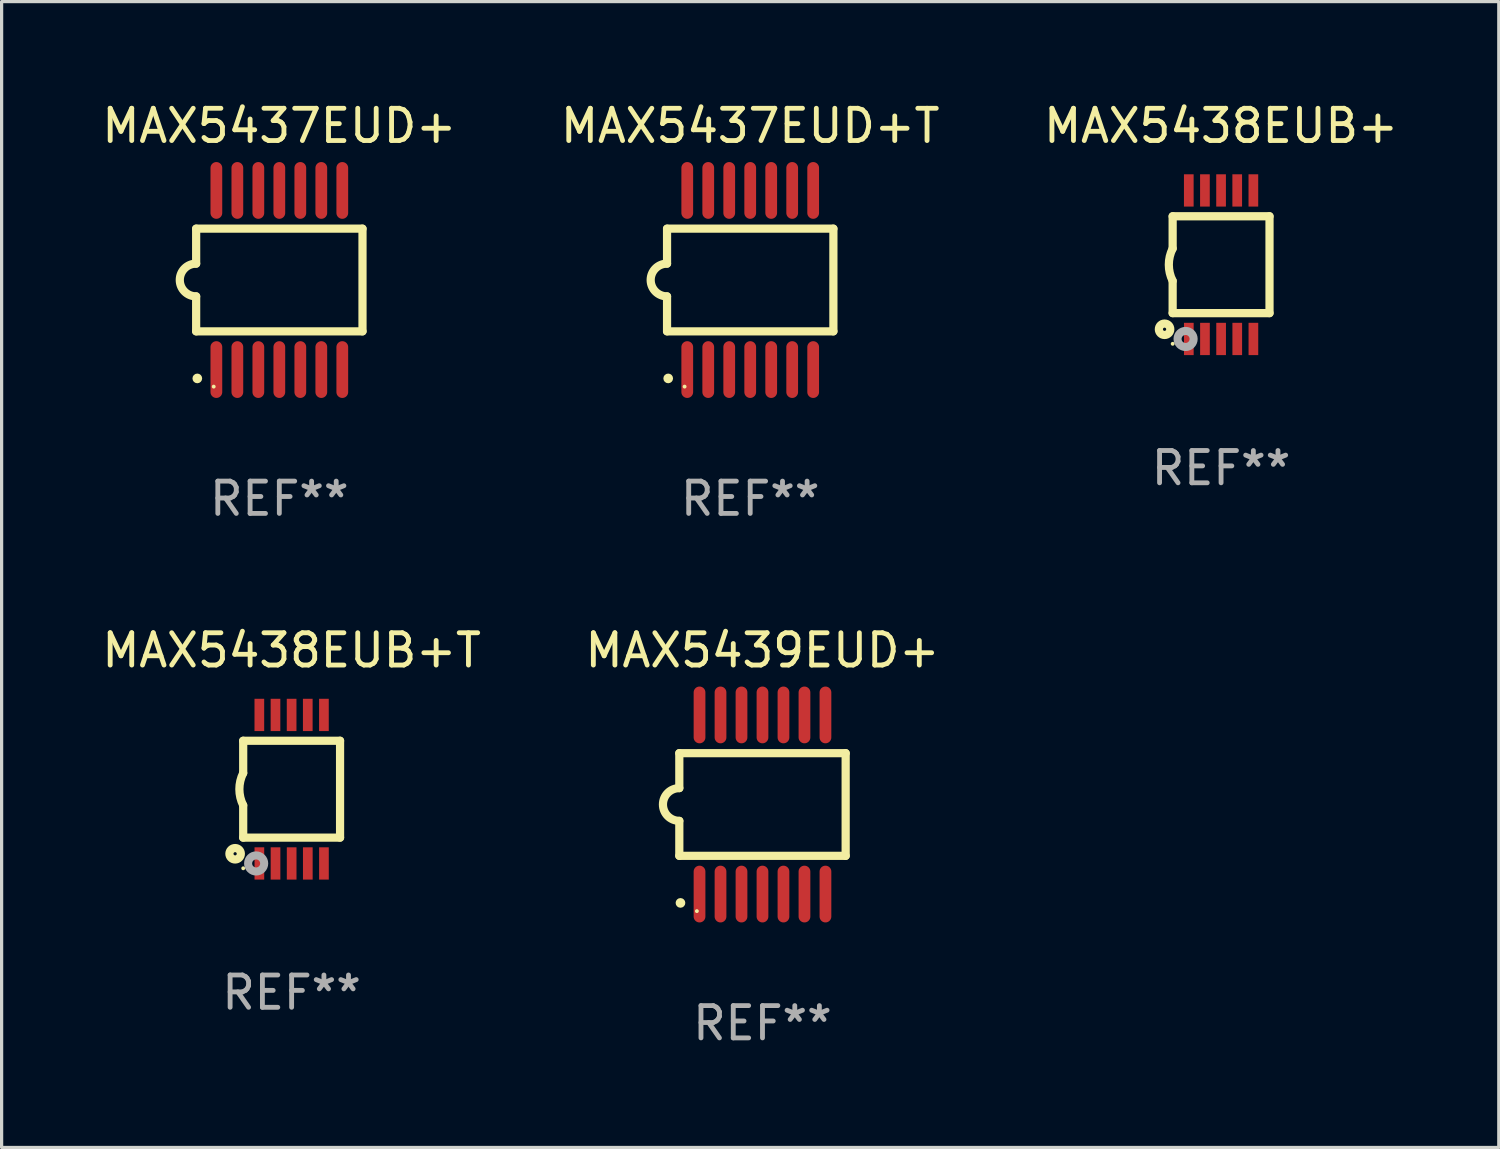
<source format=kicad_pcb>
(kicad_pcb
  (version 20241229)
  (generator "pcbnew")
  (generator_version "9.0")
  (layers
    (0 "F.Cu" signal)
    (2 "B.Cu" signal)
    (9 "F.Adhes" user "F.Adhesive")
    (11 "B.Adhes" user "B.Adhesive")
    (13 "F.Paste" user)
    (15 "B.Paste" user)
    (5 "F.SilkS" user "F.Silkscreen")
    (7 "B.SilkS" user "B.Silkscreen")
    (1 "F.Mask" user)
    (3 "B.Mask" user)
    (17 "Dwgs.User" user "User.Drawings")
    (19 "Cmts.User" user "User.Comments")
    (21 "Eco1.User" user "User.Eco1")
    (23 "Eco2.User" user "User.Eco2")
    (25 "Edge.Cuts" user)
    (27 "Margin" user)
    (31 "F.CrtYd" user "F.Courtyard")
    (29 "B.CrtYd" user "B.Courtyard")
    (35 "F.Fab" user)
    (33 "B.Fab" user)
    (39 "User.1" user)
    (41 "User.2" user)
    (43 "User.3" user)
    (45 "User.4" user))
  (footprint "MAX5438EUB+T"
    (layer "F.Cu")
    (at 5.982 21.392)
    (property "Reference" "MAX5438EUB+T" (at 0 -4.3 0) (layer "F.SilkS") (effects (font (size 1 1) (thickness 0.15))))
    (attr through_hole)
    (fp_line (start -1.5 -1.5) (end -1.5 -0.5) (stroke (width 0.254) (type solid)) (layer "F.SilkS"))
    (fp_line (start -1.5 1.5) (end -1.5 0.5) (stroke (width 0.254) (type solid)) (layer "F.SilkS"))
    (fp_line (start -1.5 1.5) (end 1.5 1.5) (stroke (width 0.254) (type solid)) (layer "F.SilkS"))
    (fp_line (start 1.5 1.5) (end 1.5 -1.5) (stroke (width 0.254) (type solid)) (layer "F.SilkS"))
    (fp_line (start 1.5 -1.5) (end -1.5 -1.5) (stroke (width 0.254) (type solid)) (layer "F.SilkS"))
    (fp_arc (start -1.500165 0.5) (mid -1.618199 0) (end -1.500165 -0.5) (stroke (width 0.254001) (type solid)) (layer "F.SilkS"))
    (fp_circle (center -1.75 2) (end -1.573 2) (stroke (width 0.254) (type solid)) (fill no) (layer "F.SilkS"))
    (fp_circle (center -1.499 2.45) (end -1.469 2.45) (stroke (width 0.06) (type solid)) (fill no) (layer "F.SilkS"))
    (fp_circle (center -1.099 2.3) (end -0.975 2.3) (stroke (width 0.25) (type solid)) (fill no) (layer "F.Fab"))
    (fp_text user "REF**" (at 0 6.3 0) (layer "F.Fab") (effects (font (size 1 1) (thickness 0.15))))
    (pad "1" smd rect (at -0.999 2.3 180) (size 0.3 1) (layers "F.Cu" "F.Mask" "F.Paste"))
    (pad "2" smd rect (at -0.499 2.3 180) (size 0.3 1) (layers "F.Cu" "F.Mask" "F.Paste"))
    (pad "3" smd rect (at 0.001 2.3 180) (size 0.3 1) (layers "F.Cu" "F.Mask" "F.Paste"))
    (pad "4" smd rect (at 0.501 2.3 180) (size 0.3 1) (layers "F.Cu" "F.Mask" "F.Paste"))
    (pad "5" smd rect (at 1.001 2.3 180) (size 0.3 1) (layers "F.Cu" "F.Mask" "F.Paste"))
    (pad "6" smd rect (at 1 -2.3 180) (size 0.3 1) (layers "F.Cu" "F.Mask" "F.Paste"))
    (pad "7" smd rect (at 0.5 -2.3 180) (size 0.3 1) (layers "F.Cu" "F.Mask" "F.Paste"))
    (pad "8" smd rect (at -0.000165 -2.3 180) (size 0.3 1) (layers "F.Cu" "F.Mask" "F.Paste"))
    (pad "9" smd rect (at -0.5 -2.3 180) (size 0.3 1) (layers "F.Cu" "F.Mask" "F.Paste"))
    (pad "10" smd rect (at -1 -2.3 180) (size 0.3 1) (layers "F.Cu" "F.Mask" "F.Paste")))
  (footprint "MAX5438EUB+"
    (layer "F.Cu")
    (at 34.768 5.148)
    (property "Reference" "MAX5438EUB+" (at 0 -4.3 0) (layer "F.SilkS") (effects (font (size 1 1) (thickness 0.15))))
    (attr through_hole)
    (fp_line (start -1.5 -1.5) (end -1.5 -0.5) (stroke (width 0.254) (type solid)) (layer "F.SilkS"))
    (fp_line (start -1.5 1.5) (end -1.5 0.5) (stroke (width 0.254) (type solid)) (layer "F.SilkS"))
    (fp_line (start -1.5 1.5) (end 1.5 1.5) (stroke (width 0.254) (type solid)) (layer "F.SilkS"))
    (fp_line (start 1.5 1.5) (end 1.5 -1.5) (stroke (width 0.254) (type solid)) (layer "F.SilkS"))
    (fp_line (start 1.5 -1.5) (end -1.5 -1.5) (stroke (width 0.254) (type solid)) (layer "F.SilkS"))
    (fp_arc (start -1.500165 0.5) (mid -1.618199 0) (end -1.500165 -0.5) (stroke (width 0.254001) (type solid)) (layer "F.SilkS"))
    (fp_circle (center -1.75 2) (end -1.573 2) (stroke (width 0.254) (type solid)) (fill no) (layer "F.SilkS"))
    (fp_circle (center -1.499 2.45) (end -1.469 2.45) (stroke (width 0.06) (type solid)) (fill no) (layer "F.SilkS"))
    (fp_circle (center -1.099 2.3) (end -0.975 2.3) (stroke (width 0.25) (type solid)) (fill no) (layer "F.Fab"))
    (fp_text user "REF**" (at 0 6.3 0) (layer "F.Fab") (effects (font (size 1 1) (thickness 0.15))))
    (pad "1" smd rect (at -0.999 2.3 180) (size 0.3 1) (layers "F.Cu" "F.Mask" "F.Paste"))
    (pad "2" smd rect (at -0.499 2.3 180) (size 0.3 1) (layers "F.Cu" "F.Mask" "F.Paste"))
    (pad "3" smd rect (at 0.001 2.3 180) (size 0.3 1) (layers "F.Cu" "F.Mask" "F.Paste"))
    (pad "4" smd rect (at 0.501 2.3 180) (size 0.3 1) (layers "F.Cu" "F.Mask" "F.Paste"))
    (pad "5" smd rect (at 1.001 2.3 180) (size 0.3 1) (layers "F.Cu" "F.Mask" "F.Paste"))
    (pad "6" smd rect (at 1 -2.3 180) (size 0.3 1) (layers "F.Cu" "F.Mask" "F.Paste"))
    (pad "7" smd rect (at 0.5 -2.3 180) (size 0.3 1) (layers "F.Cu" "F.Mask" "F.Paste"))
    (pad "8" smd rect (at -0.000165 -2.3 180) (size 0.3 1) (layers "F.Cu" "F.Mask" "F.Paste"))
    (pad "9" smd rect (at -0.5 -2.3 180) (size 0.3 1) (layers "F.Cu" "F.Mask" "F.Paste"))
    (pad "10" smd rect (at -1 -2.3 180) (size 0.3 1) (layers "F.Cu" "F.Mask" "F.Paste")))
  (footprint "MAX5437EUD+T"
    (layer "F.Cu")
    (at 20.185 5.622)
    (property "Reference" "MAX5437EUD+T" (at 0 -4.774 0) (layer "F.SilkS") (effects (font (size 1 1) (thickness 0.15))))
    (attr through_hole)
    (fp_line (start -2.576 -1.59) (end -2.576 -0.508) (stroke (width 0.254) (type solid)) (layer "F.SilkS"))
    (fp_line (start -2.576 -1.59) (end 2.576 -1.59) (stroke (width 0.254) (type solid)) (layer "F.SilkS"))
    (fp_line (start -2.576 1.59) (end -2.576 0.508) (stroke (width 0.254) (type solid)) (layer "F.SilkS"))
    (fp_line (start 2.576 -1.59) (end 2.576 1.59) (stroke (width 0.254) (type solid)) (layer "F.SilkS"))
    (fp_line (start 2.576 1.59) (end -2.576 1.59) (stroke (width 0.254) (type solid)) (layer "F.SilkS"))
    (fp_arc (start -2.576099 0.506706) (mid -3.081511 0) (end -2.576098 -0.506706) (stroke (width 0.254001) (type solid)) (layer "F.SilkS"))
    (fp_circle (center -2.54 3.048) (end -2.465 3.048) (stroke (width 0.15) (type solid)) (fill no) (layer "F.SilkS"))
    (fp_circle (center -2.032 3.302) (end -2.002 3.302) (stroke (width 0.06) (type solid)) (fill no) (layer "F.SilkS"))
    (fp_text user "REF**" (at 0 6.774 0) (layer "F.Fab") (effects (font (size 1 1) (thickness 0.15))))
    (pad "1" smd oval (at -1.95 2.774) (size 0.364 1.758) (layers "F.Cu" "F.Mask" "F.Paste"))
    (pad "2" smd oval (at -1.3 2.774) (size 0.364 1.758) (layers "F.Cu" "F.Mask" "F.Paste"))
    (pad "3" smd oval (at -0.65 2.774) (size 0.364 1.758) (layers "F.Cu" "F.Mask" "F.Paste"))
    (pad "4" smd oval (at 0 2.774) (size 0.364 1.758) (layers "F.Cu" "F.Mask" "F.Paste"))
    (pad "5" smd oval (at 0.65 2.774) (size 0.364 1.758) (layers "F.Cu" "F.Mask" "F.Paste"))
    (pad "6" smd oval (at 1.3 2.774) (size 0.364 1.758) (layers "F.Cu" "F.Mask" "F.Paste"))
    (pad "7" smd oval (at 1.95 2.774) (size 0.364 1.758) (layers "F.Cu" "F.Mask" "F.Paste"))
    (pad "8" smd oval (at 1.95 -2.774) (size 0.364 1.758) (layers "F.Cu" "F.Mask" "F.Paste"))
    (pad "9" smd oval (at 1.3 -2.774) (size 0.364 1.758) (layers "F.Cu" "F.Mask" "F.Paste"))
    (pad "10" smd oval (at 0.65 -2.774) (size 0.364 1.758) (layers "F.Cu" "F.Mask" "F.Paste"))
    (pad "11" smd oval (at 0 -2.774) (size 0.364 1.758) (layers "F.Cu" "F.Mask" "F.Paste"))
    (pad "12" smd oval (at -0.65 -2.774) (size 0.364 1.758) (layers "F.Cu" "F.Mask" "F.Paste"))
    (pad "13" smd oval (at -1.3 -2.774) (size 0.364 1.758) (layers "F.Cu" "F.Mask" "F.Paste"))
    (pad "14" smd oval (at -1.95 -2.774) (size 0.364 1.758) (layers "F.Cu" "F.Mask" "F.Paste")))
  (footprint "MAX5437EUD+"
    (layer "F.Cu")
    (at 5.601 5.622)
    (property "Reference" "MAX5437EUD+" (at 0 -4.774 0) (layer "F.SilkS") (effects (font (size 1 1) (thickness 0.15))))
    (attr through_hole)
    (fp_line (start -2.576 -1.59) (end -2.576 -0.508) (stroke (width 0.254) (type solid)) (layer "F.SilkS"))
    (fp_line (start -2.576 -1.59) (end 2.576 -1.59) (stroke (width 0.254) (type solid)) (layer "F.SilkS"))
    (fp_line (start -2.576 1.59) (end -2.576 0.508) (stroke (width 0.254) (type solid)) (layer "F.SilkS"))
    (fp_line (start 2.576 -1.59) (end 2.576 1.59) (stroke (width 0.254) (type solid)) (layer "F.SilkS"))
    (fp_line (start 2.576 1.59) (end -2.576 1.59) (stroke (width 0.254) (type solid)) (layer "F.SilkS"))
    (fp_arc (start -2.576099 0.506706) (mid -3.081511 0) (end -2.576098 -0.506706) (stroke (width 0.254001) (type solid)) (layer "F.SilkS"))
    (fp_circle (center -2.54 3.048) (end -2.465 3.048) (stroke (width 0.15) (type solid)) (fill no) (layer "F.SilkS"))
    (fp_circle (center -2.032 3.302) (end -2.002 3.302) (stroke (width 0.06) (type solid)) (fill no) (layer "F.SilkS"))
    (fp_text user "REF**" (at 0 6.774 0) (layer "F.Fab") (effects (font (size 1 1) (thickness 0.15))))
    (pad "1" smd oval (at -1.95 2.774) (size 0.364 1.758) (layers "F.Cu" "F.Mask" "F.Paste"))
    (pad "2" smd oval (at -1.3 2.774) (size 0.364 1.758) (layers "F.Cu" "F.Mask" "F.Paste"))
    (pad "3" smd oval (at -0.65 2.774) (size 0.364 1.758) (layers "F.Cu" "F.Mask" "F.Paste"))
    (pad "4" smd oval (at 0 2.774) (size 0.364 1.758) (layers "F.Cu" "F.Mask" "F.Paste"))
    (pad "5" smd oval (at 0.65 2.774) (size 0.364 1.758) (layers "F.Cu" "F.Mask" "F.Paste"))
    (pad "6" smd oval (at 1.3 2.774) (size 0.364 1.758) (layers "F.Cu" "F.Mask" "F.Paste"))
    (pad "7" smd oval (at 1.95 2.774) (size 0.364 1.758) (layers "F.Cu" "F.Mask" "F.Paste"))
    (pad "8" smd oval (at 1.95 -2.774) (size 0.364 1.758) (layers "F.Cu" "F.Mask" "F.Paste"))
    (pad "9" smd oval (at 1.3 -2.774) (size 0.364 1.758) (layers "F.Cu" "F.Mask" "F.Paste"))
    (pad "10" smd oval (at 0.65 -2.774) (size 0.364 1.758) (layers "F.Cu" "F.Mask" "F.Paste"))
    (pad "11" smd oval (at 0 -2.774) (size 0.364 1.758) (layers "F.Cu" "F.Mask" "F.Paste"))
    (pad "12" smd oval (at -0.65 -2.774) (size 0.364 1.758) (layers "F.Cu" "F.Mask" "F.Paste"))
    (pad "13" smd oval (at -1.3 -2.774) (size 0.364 1.758) (layers "F.Cu" "F.Mask" "F.Paste"))
    (pad "14" smd oval (at -1.95 -2.774) (size 0.364 1.758) (layers "F.Cu" "F.Mask" "F.Paste")))
  (footprint "MAX5439EUD+"
    (layer "F.Cu")
    (at 20.565 21.866)
    (property "Reference" "MAX5439EUD+" (at 0 -4.774 0) (layer "F.SilkS") (effects (font (size 1 1) (thickness 0.15))))
    (attr through_hole)
    (fp_line (start -2.576 -1.59) (end -2.576 -0.508) (stroke (width 0.254) (type solid)) (layer "F.SilkS"))
    (fp_line (start -2.576 -1.59) (end 2.576 -1.59) (stroke (width 0.254) (type solid)) (layer "F.SilkS"))
    (fp_line (start -2.576 1.59) (end -2.576 0.508) (stroke (width 0.254) (type solid)) (layer "F.SilkS"))
    (fp_line (start 2.576 -1.59) (end 2.576 1.59) (stroke (width 0.254) (type solid)) (layer "F.SilkS"))
    (fp_line (start 2.576 1.59) (end -2.576 1.59) (stroke (width 0.254) (type solid)) (layer "F.SilkS"))
    (fp_arc (start -2.576099 0.506706) (mid -3.081511 0) (end -2.576098 -0.506706) (stroke (width 0.254001) (type solid)) (layer "F.SilkS"))
    (fp_circle (center -2.54 3.048) (end -2.465 3.048) (stroke (width 0.15) (type solid)) (fill no) (layer "F.SilkS"))
    (fp_circle (center -2.032 3.302) (end -2.002 3.302) (stroke (width 0.06) (type solid)) (fill no) (layer "F.SilkS"))
    (fp_text user "REF**" (at 0 6.774 0) (layer "F.Fab") (effects (font (size 1 1) (thickness 0.15))))
    (pad "1" smd oval (at -1.95 2.774) (size 0.364 1.758) (layers "F.Cu" "F.Mask" "F.Paste"))
    (pad "2" smd oval (at -1.3 2.774) (size 0.364 1.758) (layers "F.Cu" "F.Mask" "F.Paste"))
    (pad "3" smd oval (at -0.65 2.774) (size 0.364 1.758) (layers "F.Cu" "F.Mask" "F.Paste"))
    (pad "4" smd oval (at 0 2.774) (size 0.364 1.758) (layers "F.Cu" "F.Mask" "F.Paste"))
    (pad "5" smd oval (at 0.65 2.774) (size 0.364 1.758) (layers "F.Cu" "F.Mask" "F.Paste"))
    (pad "6" smd oval (at 1.3 2.774) (size 0.364 1.758) (layers "F.Cu" "F.Mask" "F.Paste"))
    (pad "7" smd oval (at 1.95 2.774) (size 0.364 1.758) (layers "F.Cu" "F.Mask" "F.Paste"))
    (pad "8" smd oval (at 1.95 -2.774) (size 0.364 1.758) (layers "F.Cu" "F.Mask" "F.Paste"))
    (pad "9" smd oval (at 1.3 -2.774) (size 0.364 1.758) (layers "F.Cu" "F.Mask" "F.Paste"))
    (pad "10" smd oval (at 0.65 -2.774) (size 0.364 1.758) (layers "F.Cu" "F.Mask" "F.Paste"))
    (pad "11" smd oval (at 0 -2.774) (size 0.364 1.758) (layers "F.Cu" "F.Mask" "F.Paste"))
    (pad "12" smd oval (at -0.65 -2.774) (size 0.364 1.758) (layers "F.Cu" "F.Mask" "F.Paste"))
    (pad "13" smd oval (at -1.3 -2.774) (size 0.364 1.758) (layers "F.Cu" "F.Mask" "F.Paste"))
    (pad "14" smd oval (at -1.95 -2.774) (size 0.364 1.758) (layers "F.Cu" "F.Mask" "F.Paste")))
  (gr_rect
    (start -3 -3)
    (end 43.369 32.488)
    (stroke (width 0.1) (type default))
    (fill no)
    (layer "Edge.Cuts")))
</source>
